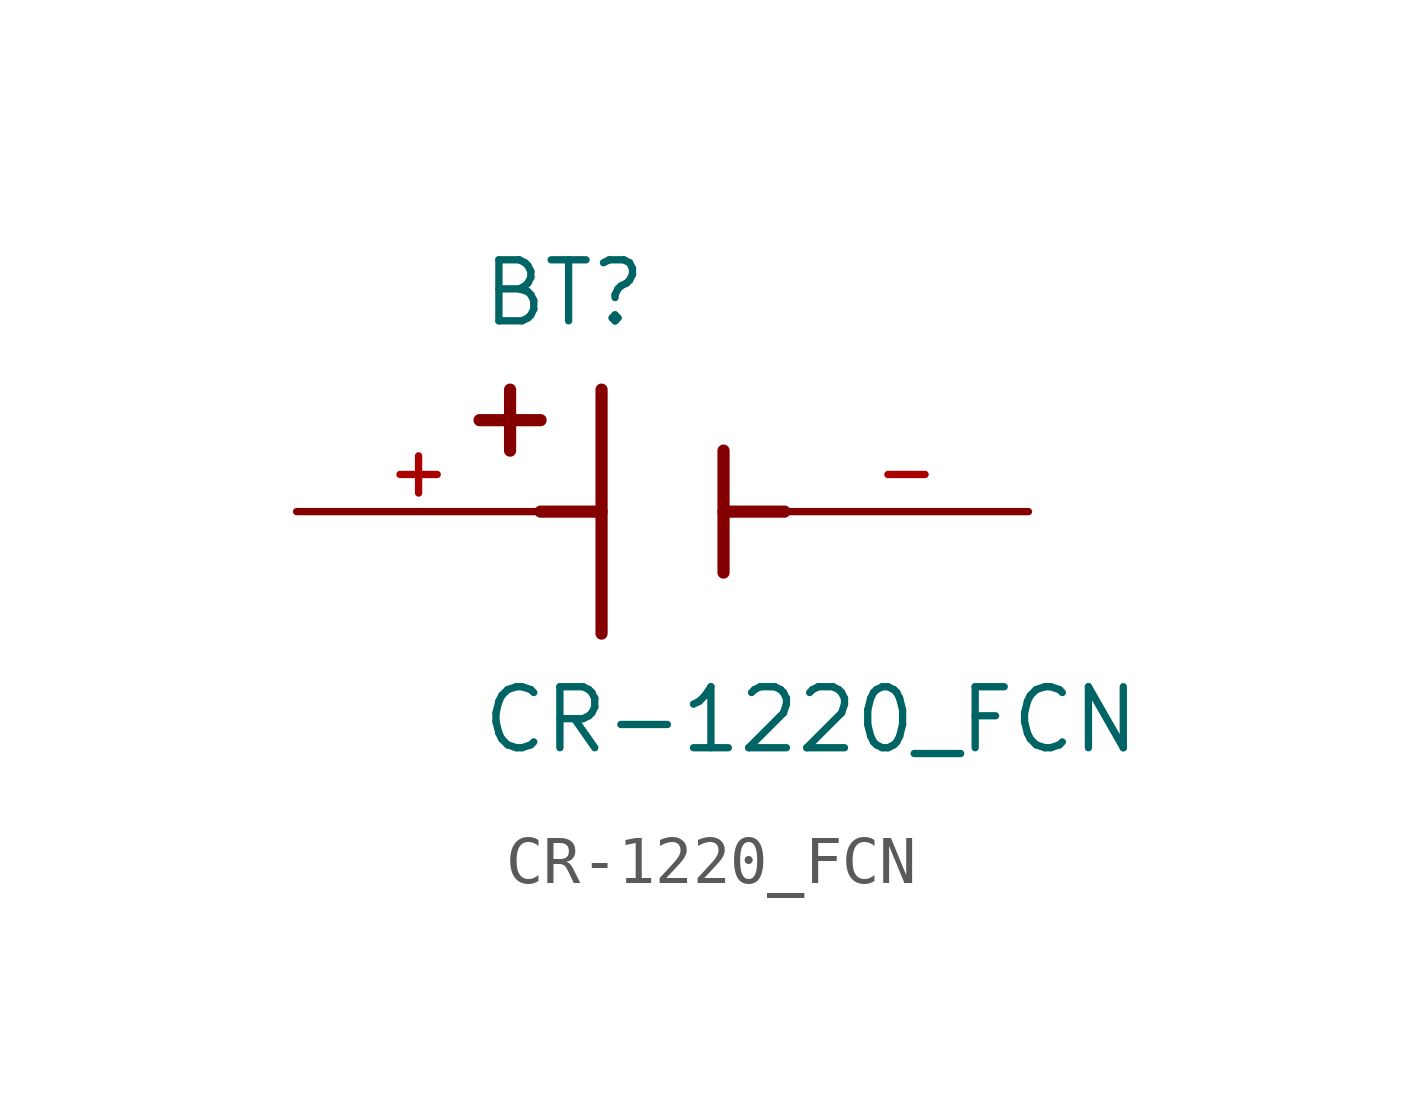
<source format=kicad_sym>
(kicad_symbol_lib
  (version 20211014)
  (generator kicad_symbol_editor)
  (symbol "CR-1220_FCN"
    (pin_names
      (offset 1.016))
    (property "Reference" "BT"
      (at -3.81 3.81 0)
      (effects (font (size 1.27 1.27)) (justify bottom left)))
    (property "Value" "CR-1220_FCN"
      (at -3.81 -5.08 0)
      (effects (font (size 1.27 1.27)) (justify bottom left)))
    (symbol "CR-1220_FCN_0_0"
      (polyline (pts (xy -1.27 2.54) (xy -1.27 -2.54)) (stroke (width 0.254)))
      (polyline (pts (xy 1.27 1.27) (xy 1.27 -1.27)) (stroke (width 0.254)))
      (polyline (pts (xy -1.27 0.0) (xy -2.54 0.0)) (stroke (width 0.254)))
      (polyline (pts (xy 1.27 0.0) (xy 2.54 0.0)) (stroke (width 0.254)))
      (polyline (pts (xy -3.175 2.54) (xy -3.175 1.27)) (stroke (width 0.254)))
      (polyline (pts (xy -3.81 1.905) (xy -2.54 1.905)) (stroke (width 0.254)))
      (pin passive line (at -7.62 0.0 0) (length 5.08) (name "~" (effects (font (size 1.016 1.016)))) (number "+" (effects (font (size 1.016 1.016)))))
      (pin passive line (at 7.62 0.0 180.0) (length 5.08) (name "~" (effects (font (size 1.016 1.016)))) (number "-" (effects (font (size 1.016 1.016))))))))
</source>
